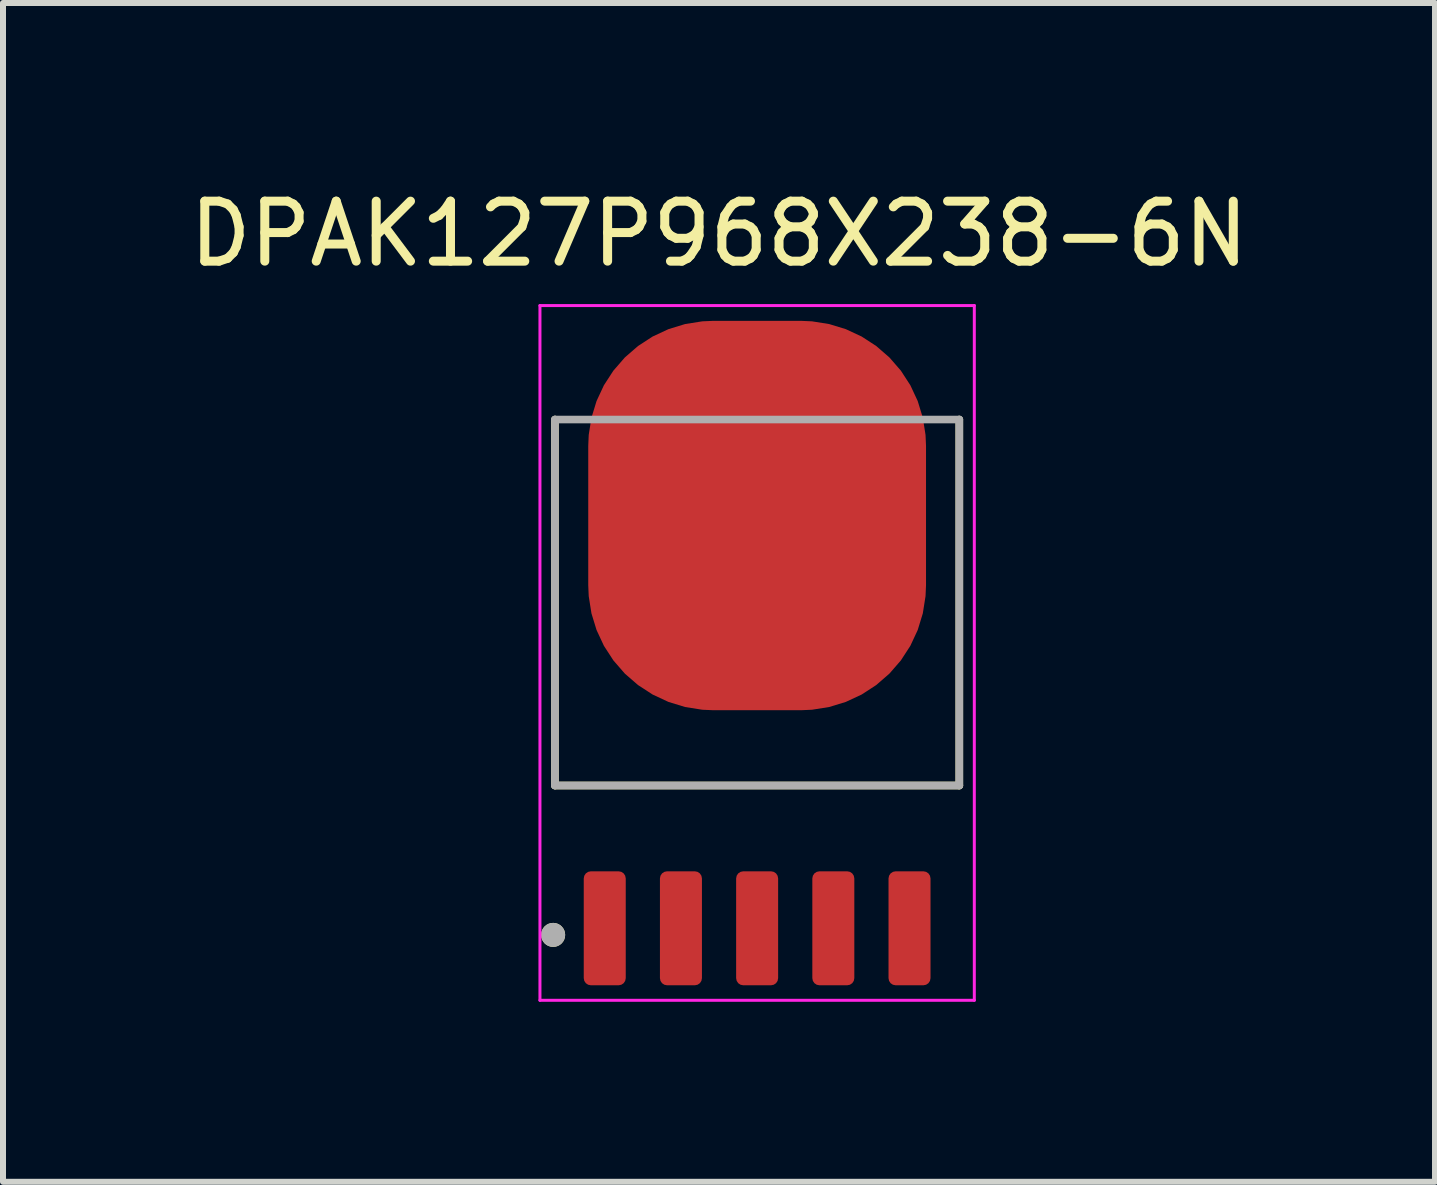
<source format=kicad_pcb>
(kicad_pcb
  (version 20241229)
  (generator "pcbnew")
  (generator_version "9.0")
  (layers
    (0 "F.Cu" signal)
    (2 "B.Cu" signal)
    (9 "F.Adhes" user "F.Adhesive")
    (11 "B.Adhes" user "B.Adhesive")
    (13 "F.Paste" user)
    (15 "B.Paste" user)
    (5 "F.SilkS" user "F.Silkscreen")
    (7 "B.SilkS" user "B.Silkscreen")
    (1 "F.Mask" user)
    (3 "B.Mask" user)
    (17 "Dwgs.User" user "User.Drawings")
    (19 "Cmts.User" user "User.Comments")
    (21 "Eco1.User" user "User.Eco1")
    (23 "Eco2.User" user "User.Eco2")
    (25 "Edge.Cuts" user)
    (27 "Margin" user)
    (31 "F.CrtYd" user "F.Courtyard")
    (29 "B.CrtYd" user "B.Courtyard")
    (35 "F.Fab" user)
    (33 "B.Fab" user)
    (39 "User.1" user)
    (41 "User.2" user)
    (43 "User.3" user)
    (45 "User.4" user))
  (footprint "DPAK127P968X238-6N"
    (layer "F.Cu")
    (at 9.57 7.833)
    (property "Reference" "DPAK127P968X238-6N" (at -0.635 -6.985 0) (layer "F.SilkS") (effects (font (size 1 1) (thickness 0.15))))
    (attr smd)
    (fp_line (start -3.37 2.21) (end -3.37 -3.89) (stroke (width 0.127) (type solid)) (layer "F.SilkS"))
    (fp_line (start 3.37 -3.89) (end 3.37 2.21) (stroke (width 0.127) (type solid)) (layer "F.SilkS"))
    (fp_line (start 3.37 2.21) (end -3.37 2.21) (stroke (width 0.127) (type solid)) (layer "F.SilkS"))
    (fp_circle (center -3.4 4.7) (end -3.3 4.7) (stroke (width 0.2) (type solid)) (fill no) (layer "F.SilkS"))
    (fp_poly (pts (xy -2.525 -5.25) (xy -1.235 -5.25) (xy -1.235 -3.67) (xy -2.525 -3.67)) (stroke (width 0.01) (type solid)) (fill yes) (layer "F.Paste"))
    (fp_poly (pts (xy -2.525 -3.08) (xy -1.235 -3.08) (xy -1.235 -1.5) (xy -2.525 -1.5)) (stroke (width 0.01) (type solid)) (fill yes) (layer "F.Paste"))
    (fp_poly (pts (xy -2.525 -0.91) (xy -1.235 -0.91) (xy -1.235 0.67) (xy -2.525 0.67)) (stroke (width 0.01) (type solid)) (fill yes) (layer "F.Paste"))
    (fp_poly (pts (xy -0.645 -5.25) (xy 0.645 -5.25) (xy 0.645 -3.67) (xy -0.645 -3.67)) (stroke (width 0.01) (type solid)) (fill yes) (layer "F.Paste"))
    (fp_poly (pts (xy -0.645 -3.08) (xy 0.645 -3.08) (xy 0.645 -1.5) (xy -0.645 -1.5)) (stroke (width 0.01) (type solid)) (fill yes) (layer "F.Paste"))
    (fp_poly (pts (xy -0.645 -0.91) (xy 0.645 -0.91) (xy 0.645 0.67) (xy -0.645 0.67)) (stroke (width 0.01) (type solid)) (fill yes) (layer "F.Paste"))
    (fp_poly (pts (xy 1.235 -5.25) (xy 2.525 -5.25) (xy 2.525 -3.67) (xy 1.235 -3.67)) (stroke (width 0.01) (type solid)) (fill yes) (layer "F.Paste"))
    (fp_poly (pts (xy 1.235 -3.08) (xy 2.525 -3.08) (xy 2.525 -1.5) (xy 1.235 -1.5)) (stroke (width 0.01) (type solid)) (fill yes) (layer "F.Paste"))
    (fp_poly (pts (xy 1.235 -0.91) (xy 2.525 -0.91) (xy 2.525 0.67) (xy 1.235 0.67)) (stroke (width 0.01) (type solid)) (fill yes) (layer "F.Paste"))
    (fp_line (start -3.62 -5.79) (end 3.62 -5.79) (stroke (width 0.05) (type solid)) (layer "F.CrtYd"))
    (fp_line (start -3.62 5.79) (end -3.62 -5.79) (stroke (width 0.05) (type solid)) (layer "F.CrtYd"))
    (fp_line (start 3.62 -5.79) (end 3.62 5.79) (stroke (width 0.05) (type solid)) (layer "F.CrtYd"))
    (fp_line (start 3.62 5.79) (end -3.62 5.79) (stroke (width 0.05) (type solid)) (layer "F.CrtYd"))
    (fp_line (start -3.37 -3.89) (end 3.37 -3.89) (stroke (width 0.127) (type solid)) (layer "F.Fab"))
    (fp_line (start -3.37 2.21) (end -3.37 -3.89) (stroke (width 0.127) (type solid)) (layer "F.Fab"))
    (fp_line (start 3.37 -3.89) (end 3.37 2.21) (stroke (width 0.127) (type solid)) (layer "F.Fab"))
    (fp_line (start 3.37 2.21) (end -3.37 2.21) (stroke (width 0.127) (type solid)) (layer "F.Fab"))
    (fp_circle (center -3.4 4.7) (end -3.3 4.7) (stroke (width 0.2) (type solid)) (fill no) (layer "F.Fab"))
    (pad "1" smd roundrect (at -2.54 4.59 90) (size 1.9 0.7) (layers "F.Cu" "F.Mask" "F.Paste") (roundrect_rratio 0.17))
    (pad "2" smd roundrect (at -1.27 4.59 90) (size 1.9 0.7) (layers "F.Cu" "F.Mask" "F.Paste") (roundrect_rratio 0.17))
    (pad "3" smd roundrect (at 0 4.59 90) (size 1.9 0.7) (layers "F.Cu" "F.Mask" "F.Paste") (roundrect_rratio 0.17))
    (pad "4" smd roundrect (at 1.27 4.59 90) (size 1.9 0.7) (layers "F.Cu" "F.Mask" "F.Paste") (roundrect_rratio 0.17))
    (pad "5" smd roundrect (at 2.54 4.59 90) (size 1.9 0.7) (layers "F.Cu" "F.Mask" "F.Paste") (roundrect_rratio 0.17))
    (pad "6" smd roundrect (at 0 -2.29 90) (size 6.49 5.63) (layers "F.Cu" "F.Mask") (roundrect_rratio 0.37)))
  (gr_rect
    (start -3 -3)
    (end 20.869 16.648)
    (stroke (width 0.1) (type default))
    (fill no)
    (layer "Edge.Cuts")))
</source>
